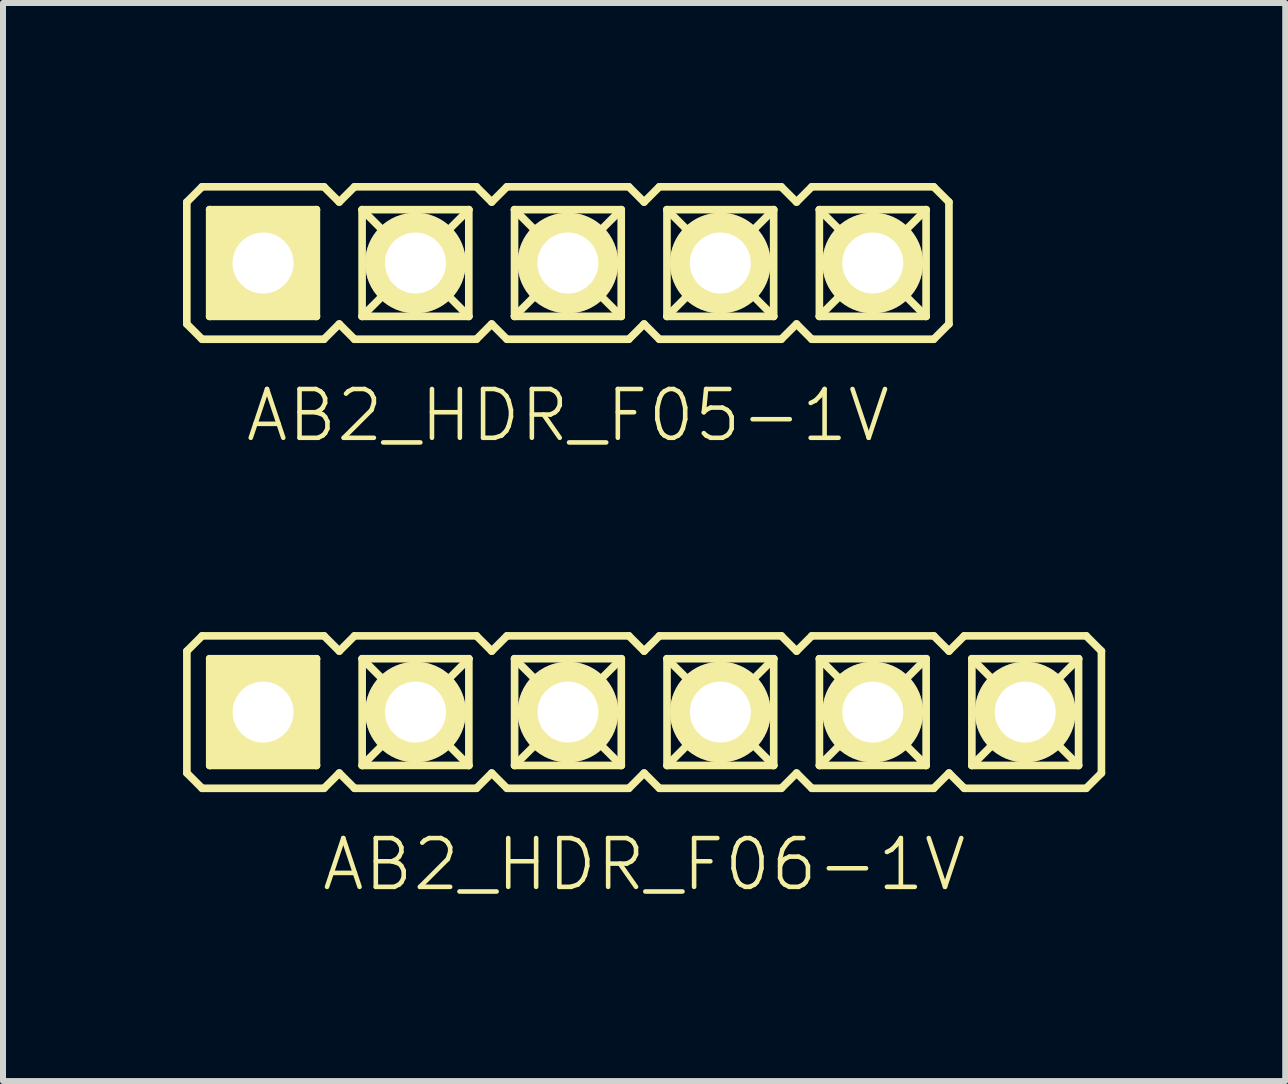
<source format=kicad_pcb>
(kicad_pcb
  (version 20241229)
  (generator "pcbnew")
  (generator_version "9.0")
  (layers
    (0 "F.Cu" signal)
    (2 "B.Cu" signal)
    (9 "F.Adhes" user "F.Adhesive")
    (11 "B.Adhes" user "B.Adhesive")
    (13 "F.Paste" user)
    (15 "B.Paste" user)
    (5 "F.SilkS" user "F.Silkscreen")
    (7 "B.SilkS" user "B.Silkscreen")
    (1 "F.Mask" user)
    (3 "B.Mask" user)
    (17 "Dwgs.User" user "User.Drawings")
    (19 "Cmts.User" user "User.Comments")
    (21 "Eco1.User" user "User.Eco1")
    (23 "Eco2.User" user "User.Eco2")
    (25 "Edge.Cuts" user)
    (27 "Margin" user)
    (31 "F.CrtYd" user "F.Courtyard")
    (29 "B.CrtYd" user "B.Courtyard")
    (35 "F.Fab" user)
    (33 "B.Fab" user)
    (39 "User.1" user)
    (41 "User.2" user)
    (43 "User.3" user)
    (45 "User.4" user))
  (footprint "AB2_HDR_F06-1V"
    (layer "F.Cu")
    (at 7.684 8.816)
    (property "Reference" "AB2_HDR_F06-1V" (at 0 2.54 0) (layer "F.SilkS") (effects (font (size 0.813 0.813) (thickness 0.076))))
    (attr through_hole)
    (fp_line (start -7.62 -1.016) (end -7.366 -1.27) (stroke (width 0.127) (type solid)) (layer "F.SilkS"))
    (fp_line (start -7.62 1.016) (end -7.62 -1.016) (stroke (width 0.127) (type solid)) (layer "F.SilkS"))
    (fp_line (start -7.366 -1.27) (end -5.334 -1.27) (stroke (width 0.127) (type solid)) (layer "F.SilkS"))
    (fp_line (start -7.366 1.27) (end -7.62 1.016) (stroke (width 0.127) (type solid)) (layer "F.SilkS"))
    (fp_line (start -7.239 -0.889) (end -5.461 -0.889) (stroke (width 0.127) (type solid)) (layer "F.SilkS"))
    (fp_line (start -7.239 0.889) (end -7.239 -0.889) (stroke (width 0.127) (type solid)) (layer "F.SilkS"))
    (fp_line (start -6.858 -0.508) (end -7.239 -0.889) (stroke (width 0.127) (type solid)) (layer "F.SilkS"))
    (fp_line (start -6.858 -0.508) (end -5.842 -0.508) (stroke (width 0.127) (type solid)) (layer "F.SilkS"))
    (fp_line (start -6.858 0.508) (end -7.239 0.889) (stroke (width 0.127) (type solid)) (layer "F.SilkS"))
    (fp_line (start -6.858 0.508) (end -6.858 -0.508) (stroke (width 0.127) (type solid)) (layer "F.SilkS"))
    (fp_line (start -5.842 -0.508) (end -5.842 0.508) (stroke (width 0.127) (type solid)) (layer "F.SilkS"))
    (fp_line (start -5.842 -0.508) (end -5.461 -0.889) (stroke (width 0.127) (type solid)) (layer "F.SilkS"))
    (fp_line (start -5.842 0.508) (end -6.858 0.508) (stroke (width 0.127) (type solid)) (layer "F.SilkS"))
    (fp_line (start -5.842 0.508) (end -5.461 0.889) (stroke (width 0.127) (type solid)) (layer "F.SilkS"))
    (fp_line (start -5.461 -0.889) (end -5.461 0.889) (stroke (width 0.127) (type solid)) (layer "F.SilkS"))
    (fp_line (start -5.461 0.889) (end -7.239 0.889) (stroke (width 0.127) (type solid)) (layer "F.SilkS"))
    (fp_line (start -5.334 -1.27) (end -5.08 -1.016) (stroke (width 0.127) (type solid)) (layer "F.SilkS"))
    (fp_line (start -5.334 1.27) (end -7.366 1.27) (stroke (width 0.127) (type solid)) (layer "F.SilkS"))
    (fp_line (start -5.08 -1.016) (end -4.826 -1.27) (stroke (width 0.127) (type solid)) (layer "F.SilkS"))
    (fp_line (start -5.08 1.016) (end -5.334 1.27) (stroke (width 0.127) (type solid)) (layer "F.SilkS"))
    (fp_line (start -4.826 -1.27) (end -2.794 -1.27) (stroke (width 0.127) (type solid)) (layer "F.SilkS"))
    (fp_line (start -4.826 1.27) (end -5.08 1.016) (stroke (width 0.127) (type solid)) (layer "F.SilkS"))
    (fp_line (start -4.699 -0.889) (end -2.921 -0.889) (stroke (width 0.127) (type solid)) (layer "F.SilkS"))
    (fp_line (start -4.699 0.889) (end -4.699 -0.889) (stroke (width 0.127) (type solid)) (layer "F.SilkS"))
    (fp_line (start -4.318 -0.508) (end -4.699 -0.889) (stroke (width 0.127) (type solid)) (layer "F.SilkS"))
    (fp_line (start -4.318 -0.508) (end -3.302 -0.508) (stroke (width 0.127) (type solid)) (layer "F.SilkS"))
    (fp_line (start -4.318 0.508) (end -4.699 0.889) (stroke (width 0.127) (type solid)) (layer "F.SilkS"))
    (fp_line (start -4.318 0.508) (end -4.318 -0.508) (stroke (width 0.127) (type solid)) (layer "F.SilkS"))
    (fp_line (start -3.302 -0.508) (end -3.302 0.508) (stroke (width 0.127) (type solid)) (layer "F.SilkS"))
    (fp_line (start -3.302 -0.508) (end -2.921 -0.889) (stroke (width 0.127) (type solid)) (layer "F.SilkS"))
    (fp_line (start -3.302 0.508) (end -4.318 0.508) (stroke (width 0.127) (type solid)) (layer "F.SilkS"))
    (fp_line (start -3.302 0.508) (end -2.921 0.889) (stroke (width 0.127) (type solid)) (layer "F.SilkS"))
    (fp_line (start -2.921 -0.889) (end -2.921 0.889) (stroke (width 0.127) (type solid)) (layer "F.SilkS"))
    (fp_line (start -2.921 0.889) (end -4.699 0.889) (stroke (width 0.127) (type solid)) (layer "F.SilkS"))
    (fp_line (start -2.794 -1.27) (end -2.54 -1.016) (stroke (width 0.127) (type solid)) (layer "F.SilkS"))
    (fp_line (start -2.794 1.27) (end -4.826 1.27) (stroke (width 0.127) (type solid)) (layer "F.SilkS"))
    (fp_line (start -2.54 -1.016) (end -2.286 -1.27) (stroke (width 0.127) (type solid)) (layer "F.SilkS"))
    (fp_line (start -2.54 1.016) (end -2.794 1.27) (stroke (width 0.127) (type solid)) (layer "F.SilkS"))
    (fp_line (start -2.286 -1.27) (end -0.254 -1.27) (stroke (width 0.127) (type solid)) (layer "F.SilkS"))
    (fp_line (start -2.286 1.27) (end -2.54 1.016) (stroke (width 0.127) (type solid)) (layer "F.SilkS"))
    (fp_line (start -2.159 -0.889) (end -0.381 -0.889) (stroke (width 0.127) (type solid)) (layer "F.SilkS"))
    (fp_line (start -2.159 0.889) (end -2.159 -0.889) (stroke (width 0.127) (type solid)) (layer "F.SilkS"))
    (fp_line (start -1.778 -0.508) (end -2.159 -0.889) (stroke (width 0.127) (type solid)) (layer "F.SilkS"))
    (fp_line (start -1.778 -0.508) (end -0.762 -0.508) (stroke (width 0.127) (type solid)) (layer "F.SilkS"))
    (fp_line (start -1.778 0.508) (end -2.159 0.889) (stroke (width 0.127) (type solid)) (layer "F.SilkS"))
    (fp_line (start -1.778 0.508) (end -1.778 -0.508) (stroke (width 0.127) (type solid)) (layer "F.SilkS"))
    (fp_line (start -0.762 -0.508) (end -0.762 0.508) (stroke (width 0.127) (type solid)) (layer "F.SilkS"))
    (fp_line (start -0.762 -0.508) (end -0.381 -0.889) (stroke (width 0.127) (type solid)) (layer "F.SilkS"))
    (fp_line (start -0.762 0.508) (end -1.778 0.508) (stroke (width 0.127) (type solid)) (layer "F.SilkS"))
    (fp_line (start -0.762 0.508) (end -0.381 0.889) (stroke (width 0.127) (type solid)) (layer "F.SilkS"))
    (fp_line (start -0.381 -0.889) (end -0.381 0.889) (stroke (width 0.127) (type solid)) (layer "F.SilkS"))
    (fp_line (start -0.381 0.889) (end -2.159 0.889) (stroke (width 0.127) (type solid)) (layer "F.SilkS"))
    (fp_line (start -0.254 -1.27) (end 0 -1.016) (stroke (width 0.127) (type solid)) (layer "F.SilkS"))
    (fp_line (start -0.254 1.27) (end -2.286 1.27) (stroke (width 0.127) (type solid)) (layer "F.SilkS"))
    (fp_line (start 0 -1.016) (end 0.254 -1.27) (stroke (width 0.127) (type solid)) (layer "F.SilkS"))
    (fp_line (start 0 1.016) (end -0.254 1.27) (stroke (width 0.127) (type solid)) (layer "F.SilkS"))
    (fp_line (start 0.254 -1.27) (end 2.286 -1.27) (stroke (width 0.127) (type solid)) (layer "F.SilkS"))
    (fp_line (start 0.254 1.27) (end 0 1.016) (stroke (width 0.127) (type solid)) (layer "F.SilkS"))
    (fp_line (start 0.381 -0.889) (end 2.159 -0.889) (stroke (width 0.127) (type solid)) (layer "F.SilkS"))
    (fp_line (start 0.381 0.889) (end 0.381 -0.889) (stroke (width 0.127) (type solid)) (layer "F.SilkS"))
    (fp_line (start 0.762 -0.508) (end 0.381 -0.889) (stroke (width 0.127) (type solid)) (layer "F.SilkS"))
    (fp_line (start 0.762 -0.508) (end 1.778 -0.508) (stroke (width 0.127) (type solid)) (layer "F.SilkS"))
    (fp_line (start 0.762 0.508) (end 0.381 0.889) (stroke (width 0.127) (type solid)) (layer "F.SilkS"))
    (fp_line (start 0.762 0.508) (end 0.762 -0.508) (stroke (width 0.127) (type solid)) (layer "F.SilkS"))
    (fp_line (start 1.778 -0.508) (end 1.778 0.508) (stroke (width 0.127) (type solid)) (layer "F.SilkS"))
    (fp_line (start 1.778 -0.508) (end 2.159 -0.889) (stroke (width 0.127) (type solid)) (layer "F.SilkS"))
    (fp_line (start 1.778 0.508) (end 0.762 0.508) (stroke (width 0.127) (type solid)) (layer "F.SilkS"))
    (fp_line (start 1.778 0.508) (end 2.159 0.889) (stroke (width 0.127) (type solid)) (layer "F.SilkS"))
    (fp_line (start 2.159 -0.889) (end 2.159 0.889) (stroke (width 0.127) (type solid)) (layer "F.SilkS"))
    (fp_line (start 2.159 0.889) (end 0.381 0.889) (stroke (width 0.127) (type solid)) (layer "F.SilkS"))
    (fp_line (start 2.286 -1.27) (end 2.54 -1.016) (stroke (width 0.127) (type solid)) (layer "F.SilkS"))
    (fp_line (start 2.286 1.27) (end 0.254 1.27) (stroke (width 0.127) (type solid)) (layer "F.SilkS"))
    (fp_line (start 2.54 -1.016) (end 2.794 -1.27) (stroke (width 0.127) (type solid)) (layer "F.SilkS"))
    (fp_line (start 2.54 1.016) (end 2.286 1.27) (stroke (width 0.127) (type solid)) (layer "F.SilkS"))
    (fp_line (start 2.794 -1.27) (end 4.826 -1.27) (stroke (width 0.127) (type solid)) (layer "F.SilkS"))
    (fp_line (start 2.794 1.27) (end 2.54 1.016) (stroke (width 0.127) (type solid)) (layer "F.SilkS"))
    (fp_line (start 2.921 -0.889) (end 4.699 -0.889) (stroke (width 0.127) (type solid)) (layer "F.SilkS"))
    (fp_line (start 2.921 0.889) (end 2.921 -0.889) (stroke (width 0.127) (type solid)) (layer "F.SilkS"))
    (fp_line (start 3.302 -0.508) (end 2.921 -0.889) (stroke (width 0.127) (type solid)) (layer "F.SilkS"))
    (fp_line (start 3.302 -0.508) (end 4.318 -0.508) (stroke (width 0.127) (type solid)) (layer "F.SilkS"))
    (fp_line (start 3.302 0.508) (end 2.921 0.889) (stroke (width 0.127) (type solid)) (layer "F.SilkS"))
    (fp_line (start 3.302 0.508) (end 3.302 -0.508) (stroke (width 0.127) (type solid)) (layer "F.SilkS"))
    (fp_line (start 4.318 -0.508) (end 4.318 0.508) (stroke (width 0.127) (type solid)) (layer "F.SilkS"))
    (fp_line (start 4.318 -0.508) (end 4.699 -0.889) (stroke (width 0.127) (type solid)) (layer "F.SilkS"))
    (fp_line (start 4.318 0.508) (end 3.302 0.508) (stroke (width 0.127) (type solid)) (layer "F.SilkS"))
    (fp_line (start 4.318 0.508) (end 4.699 0.889) (stroke (width 0.127) (type solid)) (layer "F.SilkS"))
    (fp_line (start 4.699 -0.889) (end 4.699 0.889) (stroke (width 0.127) (type solid)) (layer "F.SilkS"))
    (fp_line (start 4.699 0.889) (end 2.921 0.889) (stroke (width 0.127) (type solid)) (layer "F.SilkS"))
    (fp_line (start 4.826 -1.27) (end 5.08 -1.016) (stroke (width 0.127) (type solid)) (layer "F.SilkS"))
    (fp_line (start 4.826 1.27) (end 2.794 1.27) (stroke (width 0.127) (type solid)) (layer "F.SilkS"))
    (fp_line (start 5.08 -1.016) (end 5.334 -1.27) (stroke (width 0.127) (type solid)) (layer "F.SilkS"))
    (fp_line (start 5.08 1.016) (end 4.826 1.27) (stroke (width 0.127) (type solid)) (layer "F.SilkS"))
    (fp_line (start 5.334 -1.27) (end 7.366 -1.27) (stroke (width 0.127) (type solid)) (layer "F.SilkS"))
    (fp_line (start 5.334 1.27) (end 5.08 1.016) (stroke (width 0.127) (type solid)) (layer "F.SilkS"))
    (fp_line (start 5.461 -0.889) (end 7.239 -0.889) (stroke (width 0.127) (type solid)) (layer "F.SilkS"))
    (fp_line (start 5.461 0.889) (end 5.461 -0.889) (stroke (width 0.127) (type solid)) (layer "F.SilkS"))
    (fp_line (start 5.842 -0.508) (end 5.461 -0.889) (stroke (width 0.127) (type solid)) (layer "F.SilkS"))
    (fp_line (start 5.842 -0.508) (end 6.858 -0.508) (stroke (width 0.127) (type solid)) (layer "F.SilkS"))
    (fp_line (start 5.842 0.508) (end 5.461 0.889) (stroke (width 0.127) (type solid)) (layer "F.SilkS"))
    (fp_line (start 5.842 0.508) (end 5.842 -0.508) (stroke (width 0.127) (type solid)) (layer "F.SilkS"))
    (fp_line (start 6.858 -0.508) (end 6.858 0.508) (stroke (width 0.127) (type solid)) (layer "F.SilkS"))
    (fp_line (start 6.858 -0.508) (end 7.239 -0.889) (stroke (width 0.127) (type solid)) (layer "F.SilkS"))
    (fp_line (start 6.858 0.508) (end 5.842 0.508) (stroke (width 0.127) (type solid)) (layer "F.SilkS"))
    (fp_line (start 6.858 0.508) (end 7.239 0.889) (stroke (width 0.127) (type solid)) (layer "F.SilkS"))
    (fp_line (start 7.239 -0.889) (end 7.239 0.889) (stroke (width 0.127) (type solid)) (layer "F.SilkS"))
    (fp_line (start 7.239 0.889) (end 5.461 0.889) (stroke (width 0.127) (type solid)) (layer "F.SilkS"))
    (fp_line (start 7.366 -1.27) (end 7.62 -1.016) (stroke (width 0.127) (type solid)) (layer "F.SilkS"))
    (fp_line (start 7.366 1.27) (end 5.334 1.27) (stroke (width 0.127) (type solid)) (layer "F.SilkS"))
    (fp_line (start 7.62 1.016) (end 7.366 1.27) (stroke (width 0.127) (type solid)) (layer "F.SilkS"))
    (fp_line (start 7.62 1.016) (end 7.62 -1.016) (stroke (width 0.127) (type solid)) (layer "F.SilkS"))
    (pad "1" thru_hole rect (at -6.35 0) (size 1.676 1.676) (drill 1.016) (layers "*.Cu" "*.Mask" "F.SilkS"))
    (pad "2" thru_hole circle (at -3.81 0) (size 1.676 1.676) (drill 1.016) (layers "*.Cu" "*.Mask" "F.SilkS"))
    (pad "3" thru_hole circle (at -1.27 0) (size 1.676 1.676) (drill 1.016) (layers "*.Cu" "*.Mask" "F.SilkS"))
    (pad "4" thru_hole circle (at 1.27 0) (size 1.676 1.676) (drill 1.016) (layers "*.Cu" "*.Mask" "F.SilkS"))
    (pad "5" thru_hole circle (at 3.81 0) (size 1.676 1.676) (drill 1.016) (layers "*.Cu" "*.Mask" "F.SilkS"))
    (pad "6" thru_hole circle (at 6.35 0) (size 1.676 1.676) (drill 1.016) (layers "*.Cu" "*.Mask" "F.SilkS")))
  (footprint "AB2_HDR_F05-1V"
    (layer "F.Cu")
    (at 6.413 1.333)
    (property "Reference" "AB2_HDR_F05-1V" (at 0 2.54 0) (layer "F.SilkS") (effects (font (size 0.813 0.813) (thickness 0.076))))
    (attr through_hole)
    (fp_line (start -6.35 -1.016) (end -6.096 -1.27) (stroke (width 0.127) (type solid)) (layer "F.SilkS"))
    (fp_line (start -6.35 1.016) (end -6.35 -1.016) (stroke (width 0.127) (type solid)) (layer "F.SilkS"))
    (fp_line (start -6.096 -1.27) (end -4.064 -1.27) (stroke (width 0.127) (type solid)) (layer "F.SilkS"))
    (fp_line (start -6.096 1.27) (end -6.35 1.016) (stroke (width 0.127) (type solid)) (layer "F.SilkS"))
    (fp_line (start -5.969 -0.889) (end -4.191 -0.889) (stroke (width 0.127) (type solid)) (layer "F.SilkS"))
    (fp_line (start -5.969 0.889) (end -5.969 -0.889) (stroke (width 0.127) (type solid)) (layer "F.SilkS"))
    (fp_line (start -5.588 -0.508) (end -5.969 -0.889) (stroke (width 0.127) (type solid)) (layer "F.SilkS"))
    (fp_line (start -5.588 -0.508) (end -4.572 -0.508) (stroke (width 0.127) (type solid)) (layer "F.SilkS"))
    (fp_line (start -5.588 0.508) (end -5.969 0.889) (stroke (width 0.127) (type solid)) (layer "F.SilkS"))
    (fp_line (start -5.588 0.508) (end -5.588 -0.508) (stroke (width 0.127) (type solid)) (layer "F.SilkS"))
    (fp_line (start -4.572 -0.508) (end -4.572 0.508) (stroke (width 0.127) (type solid)) (layer "F.SilkS"))
    (fp_line (start -4.572 -0.508) (end -4.191 -0.889) (stroke (width 0.127) (type solid)) (layer "F.SilkS"))
    (fp_line (start -4.572 0.508) (end -5.588 0.508) (stroke (width 0.127) (type solid)) (layer "F.SilkS"))
    (fp_line (start -4.572 0.508) (end -4.191 0.889) (stroke (width 0.127) (type solid)) (layer "F.SilkS"))
    (fp_line (start -4.191 -0.889) (end -4.191 0.889) (stroke (width 0.127) (type solid)) (layer "F.SilkS"))
    (fp_line (start -4.191 0.889) (end -5.969 0.889) (stroke (width 0.127) (type solid)) (layer "F.SilkS"))
    (fp_line (start -4.064 -1.27) (end -3.81 -1.016) (stroke (width 0.127) (type solid)) (layer "F.SilkS"))
    (fp_line (start -4.064 1.27) (end -6.096 1.27) (stroke (width 0.127) (type solid)) (layer "F.SilkS"))
    (fp_line (start -3.81 -1.016) (end -3.556 -1.27) (stroke (width 0.127) (type solid)) (layer "F.SilkS"))
    (fp_line (start -3.81 1.016) (end -4.064 1.27) (stroke (width 0.127) (type solid)) (layer "F.SilkS"))
    (fp_line (start -3.556 -1.27) (end -1.524 -1.27) (stroke (width 0.127) (type solid)) (layer "F.SilkS"))
    (fp_line (start -3.556 1.27) (end -3.81 1.016) (stroke (width 0.127) (type solid)) (layer "F.SilkS"))
    (fp_line (start -3.429 -0.889) (end -1.651 -0.889) (stroke (width 0.127) (type solid)) (layer "F.SilkS"))
    (fp_line (start -3.429 0.889) (end -3.429 -0.889) (stroke (width 0.127) (type solid)) (layer "F.SilkS"))
    (fp_line (start -3.048 -0.508) (end -3.429 -0.889) (stroke (width 0.127) (type solid)) (layer "F.SilkS"))
    (fp_line (start -3.048 -0.508) (end -2.032 -0.508) (stroke (width 0.127) (type solid)) (layer "F.SilkS"))
    (fp_line (start -3.048 0.508) (end -3.429 0.889) (stroke (width 0.127) (type solid)) (layer "F.SilkS"))
    (fp_line (start -3.048 0.508) (end -3.048 -0.508) (stroke (width 0.127) (type solid)) (layer "F.SilkS"))
    (fp_line (start -2.032 -0.508) (end -2.032 0.508) (stroke (width 0.127) (type solid)) (layer "F.SilkS"))
    (fp_line (start -2.032 -0.508) (end -1.651 -0.889) (stroke (width 0.127) (type solid)) (layer "F.SilkS"))
    (fp_line (start -2.032 0.508) (end -3.048 0.508) (stroke (width 0.127) (type solid)) (layer "F.SilkS"))
    (fp_line (start -2.032 0.508) (end -1.651 0.889) (stroke (width 0.127) (type solid)) (layer "F.SilkS"))
    (fp_line (start -1.651 -0.889) (end -1.651 0.889) (stroke (width 0.127) (type solid)) (layer "F.SilkS"))
    (fp_line (start -1.651 0.889) (end -3.429 0.889) (stroke (width 0.127) (type solid)) (layer "F.SilkS"))
    (fp_line (start -1.524 -1.27) (end -1.27 -1.016) (stroke (width 0.127) (type solid)) (layer "F.SilkS"))
    (fp_line (start -1.524 1.27) (end -3.556 1.27) (stroke (width 0.127) (type solid)) (layer "F.SilkS"))
    (fp_line (start -1.27 -1.016) (end -1.016 -1.27) (stroke (width 0.127) (type solid)) (layer "F.SilkS"))
    (fp_line (start -1.27 1.016) (end -1.524 1.27) (stroke (width 0.127) (type solid)) (layer "F.SilkS"))
    (fp_line (start -1.016 -1.27) (end 1.016 -1.27) (stroke (width 0.127) (type solid)) (layer "F.SilkS"))
    (fp_line (start -1.016 1.27) (end -1.27 1.016) (stroke (width 0.127) (type solid)) (layer "F.SilkS"))
    (fp_line (start -0.889 -0.889) (end 0.889 -0.889) (stroke (width 0.127) (type solid)) (layer "F.SilkS"))
    (fp_line (start -0.889 0.889) (end -0.889 -0.889) (stroke (width 0.127) (type solid)) (layer "F.SilkS"))
    (fp_line (start -0.508 -0.508) (end -0.889 -0.889) (stroke (width 0.127) (type solid)) (layer "F.SilkS"))
    (fp_line (start -0.508 -0.508) (end 0.508 -0.508) (stroke (width 0.127) (type solid)) (layer "F.SilkS"))
    (fp_line (start -0.508 0.508) (end -0.889 0.889) (stroke (width 0.127) (type solid)) (layer "F.SilkS"))
    (fp_line (start -0.508 0.508) (end -0.508 -0.508) (stroke (width 0.127) (type solid)) (layer "F.SilkS"))
    (fp_line (start 0.508 -0.508) (end 0.508 0.508) (stroke (width 0.127) (type solid)) (layer "F.SilkS"))
    (fp_line (start 0.508 -0.508) (end 0.889 -0.889) (stroke (width 0.127) (type solid)) (layer "F.SilkS"))
    (fp_line (start 0.508 0.508) (end -0.508 0.508) (stroke (width 0.127) (type solid)) (layer "F.SilkS"))
    (fp_line (start 0.508 0.508) (end 0.889 0.889) (stroke (width 0.127) (type solid)) (layer "F.SilkS"))
    (fp_line (start 0.889 -0.889) (end 0.889 0.889) (stroke (width 0.127) (type solid)) (layer "F.SilkS"))
    (fp_line (start 0.889 0.889) (end -0.889 0.889) (stroke (width 0.127) (type solid)) (layer "F.SilkS"))
    (fp_line (start 1.016 -1.27) (end 1.27 -1.016) (stroke (width 0.127) (type solid)) (layer "F.SilkS"))
    (fp_line (start 1.016 1.27) (end -1.016 1.27) (stroke (width 0.127) (type solid)) (layer "F.SilkS"))
    (fp_line (start 1.27 -1.016) (end 1.524 -1.27) (stroke (width 0.127) (type solid)) (layer "F.SilkS"))
    (fp_line (start 1.27 1.016) (end 1.016 1.27) (stroke (width 0.127) (type solid)) (layer "F.SilkS"))
    (fp_line (start 1.524 -1.27) (end 3.556 -1.27) (stroke (width 0.127) (type solid)) (layer "F.SilkS"))
    (fp_line (start 1.524 1.27) (end 1.27 1.016) (stroke (width 0.127) (type solid)) (layer "F.SilkS"))
    (fp_line (start 1.651 -0.889) (end 3.429 -0.889) (stroke (width 0.127) (type solid)) (layer "F.SilkS"))
    (fp_line (start 1.651 0.889) (end 1.651 -0.889) (stroke (width 0.127) (type solid)) (layer "F.SilkS"))
    (fp_line (start 2.032 -0.508) (end 1.651 -0.889) (stroke (width 0.127) (type solid)) (layer "F.SilkS"))
    (fp_line (start 2.032 -0.508) (end 3.048 -0.508) (stroke (width 0.127) (type solid)) (layer "F.SilkS"))
    (fp_line (start 2.032 0.508) (end 1.651 0.889) (stroke (width 0.127) (type solid)) (layer "F.SilkS"))
    (fp_line (start 2.032 0.508) (end 2.032 -0.508) (stroke (width 0.127) (type solid)) (layer "F.SilkS"))
    (fp_line (start 3.048 -0.508) (end 3.048 0.508) (stroke (width 0.127) (type solid)) (layer "F.SilkS"))
    (fp_line (start 3.048 -0.508) (end 3.429 -0.889) (stroke (width 0.127) (type solid)) (layer "F.SilkS"))
    (fp_line (start 3.048 0.508) (end 2.032 0.508) (stroke (width 0.127) (type solid)) (layer "F.SilkS"))
    (fp_line (start 3.048 0.508) (end 3.429 0.889) (stroke (width 0.127) (type solid)) (layer "F.SilkS"))
    (fp_line (start 3.429 -0.889) (end 3.429 0.889) (stroke (width 0.127) (type solid)) (layer "F.SilkS"))
    (fp_line (start 3.429 0.889) (end 1.651 0.889) (stroke (width 0.127) (type solid)) (layer "F.SilkS"))
    (fp_line (start 3.556 -1.27) (end 3.81 -1.016) (stroke (width 0.127) (type solid)) (layer "F.SilkS"))
    (fp_line (start 3.556 1.27) (end 1.524 1.27) (stroke (width 0.127) (type solid)) (layer "F.SilkS"))
    (fp_line (start 3.81 -1.016) (end 4.064 -1.27) (stroke (width 0.127) (type solid)) (layer "F.SilkS"))
    (fp_line (start 3.81 1.016) (end 3.556 1.27) (stroke (width 0.127) (type solid)) (layer "F.SilkS"))
    (fp_line (start 4.064 -1.27) (end 6.096 -1.27) (stroke (width 0.127) (type solid)) (layer "F.SilkS"))
    (fp_line (start 4.064 1.27) (end 3.81 1.016) (stroke (width 0.127) (type solid)) (layer "F.SilkS"))
    (fp_line (start 4.191 -0.889) (end 5.969 -0.889) (stroke (width 0.127) (type solid)) (layer "F.SilkS"))
    (fp_line (start 4.191 0.889) (end 4.191 -0.889) (stroke (width 0.127) (type solid)) (layer "F.SilkS"))
    (fp_line (start 4.572 -0.508) (end 4.191 -0.889) (stroke (width 0.127) (type solid)) (layer "F.SilkS"))
    (fp_line (start 4.572 -0.508) (end 5.588 -0.508) (stroke (width 0.127) (type solid)) (layer "F.SilkS"))
    (fp_line (start 4.572 0.508) (end 4.191 0.889) (stroke (width 0.127) (type solid)) (layer "F.SilkS"))
    (fp_line (start 4.572 0.508) (end 4.572 -0.508) (stroke (width 0.127) (type solid)) (layer "F.SilkS"))
    (fp_line (start 5.588 -0.508) (end 5.588 0.508) (stroke (width 0.127) (type solid)) (layer "F.SilkS"))
    (fp_line (start 5.588 -0.508) (end 5.969 -0.889) (stroke (width 0.127) (type solid)) (layer "F.SilkS"))
    (fp_line (start 5.588 0.508) (end 4.572 0.508) (stroke (width 0.127) (type solid)) (layer "F.SilkS"))
    (fp_line (start 5.588 0.508) (end 5.969 0.889) (stroke (width 0.127) (type solid)) (layer "F.SilkS"))
    (fp_line (start 5.969 -0.889) (end 5.969 0.889) (stroke (width 0.127) (type solid)) (layer "F.SilkS"))
    (fp_line (start 5.969 0.889) (end 4.191 0.889) (stroke (width 0.127) (type solid)) (layer "F.SilkS"))
    (fp_line (start 6.096 -1.27) (end 6.35 -1.016) (stroke (width 0.127) (type solid)) (layer "F.SilkS"))
    (fp_line (start 6.096 1.27) (end 4.064 1.27) (stroke (width 0.127) (type solid)) (layer "F.SilkS"))
    (fp_line (start 6.35 -1.016) (end 6.35 1.016) (stroke (width 0.127) (type solid)) (layer "F.SilkS"))
    (fp_line (start 6.35 1.016) (end 6.096 1.27) (stroke (width 0.127) (type solid)) (layer "F.SilkS"))
    (pad "1" thru_hole rect (at -5.08 0) (size 1.676 1.676) (drill 1.016) (layers "*.Cu" "*.Mask" "F.SilkS"))
    (pad "2" thru_hole circle (at -2.54 0) (size 1.676 1.676) (drill 1.016) (layers "*.Cu" "*.Mask" "F.SilkS"))
    (pad "3" thru_hole circle (at 0 0) (size 1.676 1.676) (drill 1.016) (layers "*.Cu" "*.Mask" "F.SilkS"))
    (pad "4" thru_hole circle (at 2.54 0) (size 1.676 1.676) (drill 1.016) (layers "*.Cu" "*.Mask" "F.SilkS"))
    (pad "5" thru_hole circle (at 5.08 0) (size 1.676 1.676) (drill 1.016) (layers "*.Cu" "*.Mask" "F.SilkS")))
  (gr_rect
    (start -3 -3)
    (end 18.367 14.965)
    (stroke (width 0.1) (type default))
    (fill no)
    (layer "Edge.Cuts")))
</source>
